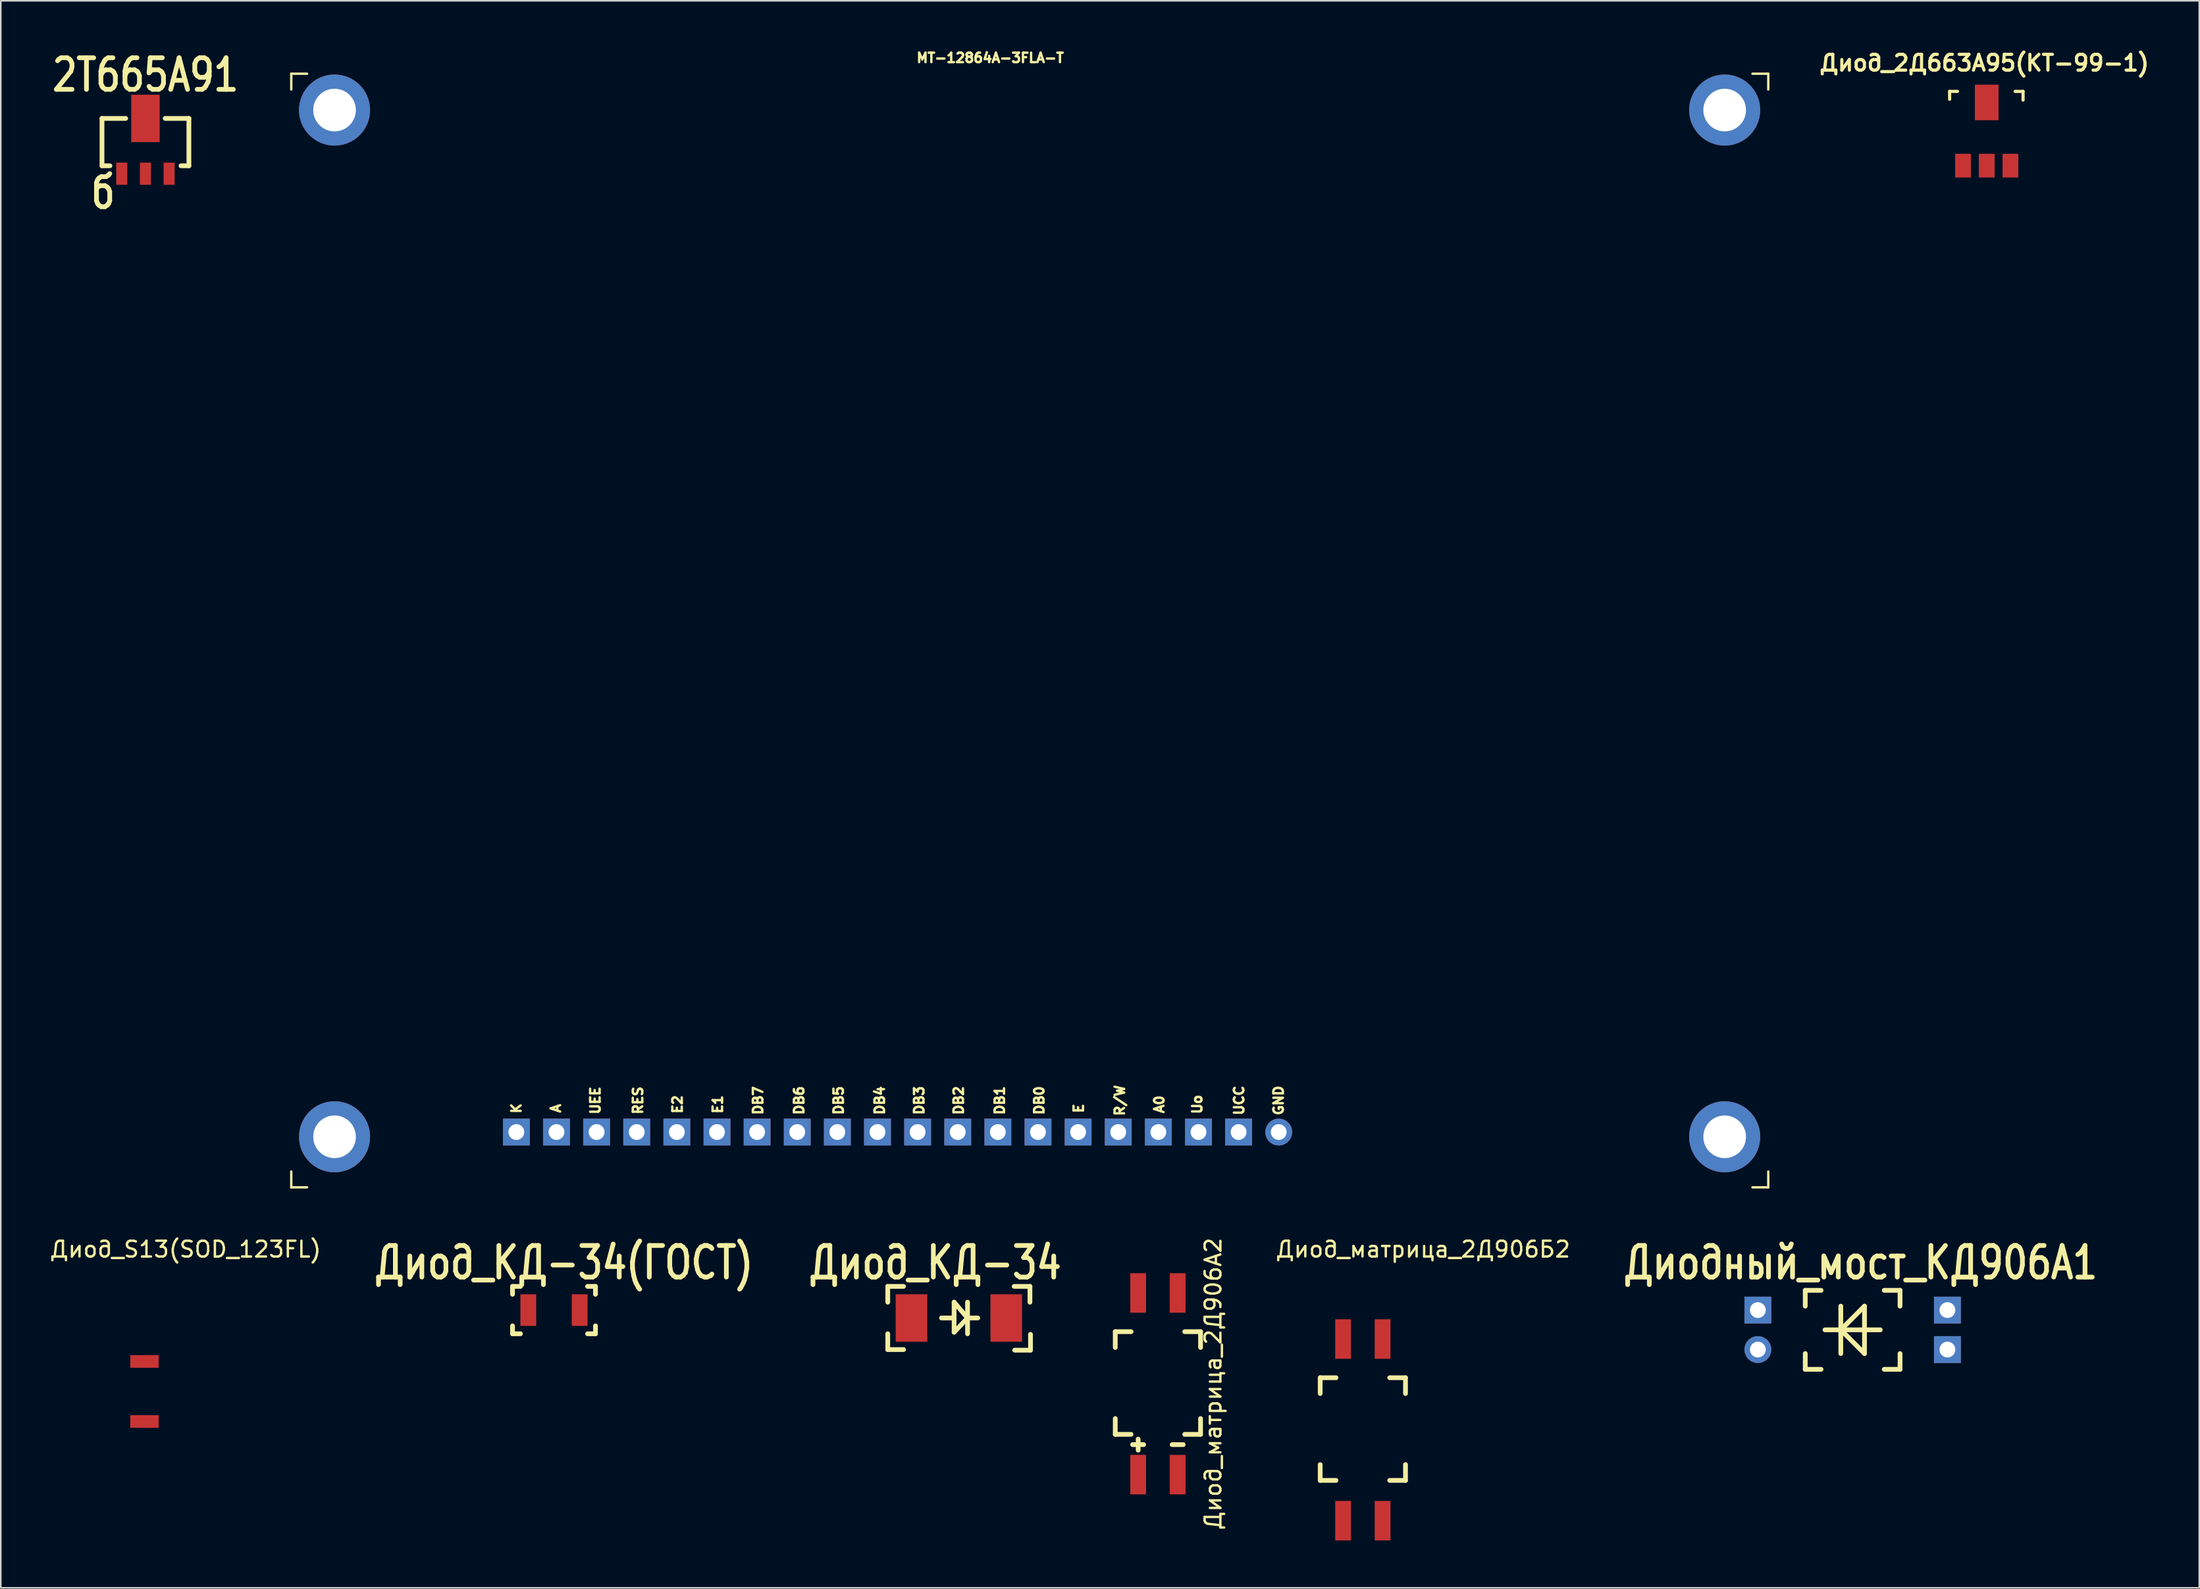
<source format=kicad_pcb>
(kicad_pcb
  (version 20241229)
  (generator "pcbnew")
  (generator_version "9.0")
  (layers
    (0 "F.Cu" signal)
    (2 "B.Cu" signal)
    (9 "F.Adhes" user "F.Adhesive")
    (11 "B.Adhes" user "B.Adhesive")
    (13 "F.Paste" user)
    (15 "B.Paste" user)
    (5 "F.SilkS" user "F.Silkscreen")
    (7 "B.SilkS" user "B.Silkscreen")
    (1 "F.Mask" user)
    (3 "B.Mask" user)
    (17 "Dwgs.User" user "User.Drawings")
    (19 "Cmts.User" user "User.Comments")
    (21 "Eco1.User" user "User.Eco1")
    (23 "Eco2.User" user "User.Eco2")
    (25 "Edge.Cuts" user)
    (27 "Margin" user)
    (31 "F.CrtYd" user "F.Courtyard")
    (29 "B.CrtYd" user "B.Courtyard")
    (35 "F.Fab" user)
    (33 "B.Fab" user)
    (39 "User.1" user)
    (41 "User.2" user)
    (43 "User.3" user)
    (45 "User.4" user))
  (footprint "MT-12864A-3FLA-T"
    (layer "F.Cu")
    (at 29.638 68.618)
    (property "Reference" "MT-12864A-3FLA-T" (at 29.999 -68.004 0) (layer "F.SilkS") (effects (font (size 0.6 0.6) (thickness 0.15))))
    (attr through_hole)
    (fp_line (start -14.25 -67) (end -14.25 -66) (stroke (width 0.15) (type solid)) (layer "F.SilkS"))
    (fp_line (start -14.25 -67) (end -13.25 -67) (stroke (width 0.15) (type solid)) (layer "F.SilkS"))
    (fp_line (start -14.25 3.5) (end -14.25 2.5) (stroke (width 0.15) (type solid)) (layer "F.SilkS"))
    (fp_line (start -14.25 3.5) (end -13.25 3.5) (stroke (width 0.15) (type solid)) (layer "F.SilkS"))
    (fp_line (start 79.25 -67) (end 78.25 -67) (stroke (width 0.15) (type solid)) (layer "F.SilkS"))
    (fp_line (start 79.25 -67) (end 79.25 -66) (stroke (width 0.15) (type solid)) (layer "F.SilkS"))
    (fp_line (start 79.25 3.5) (end 78.25 3.5) (stroke (width 0.15) (type solid)) (layer "F.SilkS"))
    (fp_line (start 79.25 3.5) (end 79.25 2.5) (stroke (width 0.15) (type solid)) (layer "F.SilkS"))
    (fp_text user "RES" (at 7.7 -2 90) (layer "F.SilkS") (effects (font (size 0.6 0.6) (thickness 0.15))))
    (fp_text user "UCC" (at 45.75 -2 90) (layer "F.SilkS") (effects (font (size 0.6 0.6) (thickness 0.15))))
    (fp_text user "DB5" (at 20.4 -2 90) (layer "F.SilkS") (effects (font (size 0.6 0.6) (thickness 0.15))))
    (fp_text user "A" (at 2.5 -1.5 90) (layer "F.SilkS") (effects (font (size 0.6 0.6) (thickness 0.15))))
    (fp_text user "DB2" (at 28 -2 90) (layer "F.SilkS") (effects (font (size 0.6 0.6) (thickness 0.15))))
    (fp_text user "DB7" (at 15.3 -2 90) (layer "F.SilkS") (effects (font (size 0.6 0.6) (thickness 0.15))))
    (fp_text user "DB4" (at 23 -2 90) (layer "F.SilkS") (effects (font (size 0.6 0.6) (thickness 0.15))))
    (fp_text user "E" (at 35.6 -1.5 90) (layer "F.SilkS") (effects (font (size 0.6 0.6) (thickness 0.15))))
    (fp_text user "GND" (at 48.25 -2 90) (layer "F.SilkS") (effects (font (size 0.6 0.6) (thickness 0.15))))
    (fp_text user "R/W" (at 38.2 -2 90) (layer "F.SilkS") (effects (font (size 0.6 0.6) (thickness 0.15))))
    (fp_text user "Uo" (at 43.1 -1.75 90) (layer "F.SilkS") (effects (font (size 0.6 0.6) (thickness 0.15))))
    (fp_text user "E1" (at 12.75 -1.75 90) (layer "F.SilkS") (effects (font (size 0.6 0.6) (thickness 0.15))))
    (fp_text user "DB6" (at 17.9 -2 90) (layer "F.SilkS") (effects (font (size 0.6 0.6) (thickness 0.15))))
    (fp_text user "A0" (at 40.7 -1.75 90) (layer "F.SilkS") (effects (font (size 0.6 0.6) (thickness 0.15))))
    (fp_text user "UEE" (at 5 -2 90) (layer "F.SilkS") (effects (font (size 0.6 0.6) (thickness 0.15))))
    (fp_text user "DB1" (at 30.6 -2 90) (layer "F.SilkS") (effects (font (size 0.6 0.6) (thickness 0.15))))
    (fp_text user "K" (at 0 -1.5 90) (layer "F.SilkS") (effects (font (size 0.6 0.6) (thickness 0.15))))
    (fp_text user "DB0" (at 33.1 -2 90) (layer "F.SilkS") (effects (font (size 0.6 0.6) (thickness 0.15))))
    (fp_text user "DB3" (at 25.5 -2 90) (layer "F.SilkS") (effects (font (size 0.6 0.6) (thickness 0.15))))
    (fp_text user "E2" (at 10.2 -1.75 90) (layer "F.SilkS") (effects (font (size 0.6 0.6) (thickness 0.15))))
    (pad "" thru_hole circle (at -11.51 -64.7) (size 4.5 4.5) (drill 2.7) (layers "*.Cu" "*.Mask"))
    (pad "" thru_hole circle (at -11.51 0.3) (size 4.5 4.5) (drill 2.7) (layers "*.Cu" "*.Mask"))
    (pad "" thru_hole circle (at 76.49 -64.7) (size 4.5 4.5) (drill 2.7) (layers "*.Cu" "*.Mask"))
    (pad "" thru_hole circle (at 76.49 0.3) (size 4.5 4.5) (drill 2.7) (layers "*.Cu" "*.Mask"))
    (pad "1" thru_hole circle (at 48.26 0) (size 1.7 1.7) (drill 1) (layers "*.Cu" "*.Mask"))
    (pad "2" thru_hole rect (at 45.72 0) (size 1.7 1.7) (drill 1) (layers "*.Cu" "*.Mask"))
    (pad "3" thru_hole rect (at 43.18 0) (size 1.7 1.7) (drill 1) (layers "*.Cu" "*.Mask"))
    (pad "4" thru_hole rect (at 40.64 0) (size 1.7 1.7) (drill 1) (layers "*.Cu" "*.Mask"))
    (pad "5" thru_hole rect (at 38.1 0) (size 1.7 1.7) (drill 1) (layers "*.Cu" "*.Mask"))
    (pad "6" thru_hole rect (at 35.56 0) (size 1.7 1.7) (drill 1) (layers "*.Cu" "*.Mask"))
    (pad "7" thru_hole rect (at 33.02 0) (size 1.7 1.7) (drill 1) (layers "*.Cu" "*.Mask"))
    (pad "8" thru_hole rect (at 30.48 0) (size 1.7 1.7) (drill 1) (layers "*.Cu" "*.Mask"))
    (pad "9" thru_hole rect (at 27.94 0) (size 1.7 1.7) (drill 1) (layers "*.Cu" "*.Mask"))
    (pad "10" thru_hole rect (at 25.4 0) (size 1.7 1.7) (drill 1) (layers "*.Cu" "*.Mask"))
    (pad "11" thru_hole rect (at 22.86 0) (size 1.7 1.7) (drill 1) (layers "*.Cu" "*.Mask"))
    (pad "12" thru_hole rect (at 20.32 0) (size 1.7 1.7) (drill 1) (layers "*.Cu" "*.Mask"))
    (pad "13" thru_hole rect (at 17.78 0) (size 1.7 1.7) (drill 1) (layers "*.Cu" "*.Mask"))
    (pad "14" thru_hole rect (at 15.24 0) (size 1.7 1.7) (drill 1) (layers "*.Cu" "*.Mask"))
    (pad "15" thru_hole rect (at 12.7 0) (size 1.7 1.7) (drill 1) (layers "*.Cu" "*.Mask"))
    (pad "16" thru_hole rect (at 10.16 0) (size 1.7 1.7) (drill 1) (layers "*.Cu" "*.Mask"))
    (pad "17" thru_hole rect (at 7.62 0) (size 1.7 1.7) (drill 1) (layers "*.Cu" "*.Mask"))
    (pad "18" thru_hole rect (at 5.08 0) (size 1.7 1.7) (drill 1) (layers "*.Cu" "*.Mask"))
    (pad "19" thru_hole rect (at 2.54 0) (size 1.7 1.7) (drill 1) (layers "*.Cu" "*.Mask"))
    (pad "20" thru_hole rect (at 0 0) (size 1.7 1.7) (drill 1) (layers "*.Cu" "*.Mask")))
  (footprint "Диодный_мост_КД906А1"
    (layer "F.Cu")
    (at 108.229 82.389)
    (property "Reference" "Диодный_мост_КД906А1" (at 6.5 -5.5 180) (layer "F.SilkS") (effects (font (size 2 1.6) (thickness 0.3))))
    (attr through_hole)
    (fp_line (start 3 -3.75) (end 3 -2.75) (stroke (width 0.3) (type solid)) (layer "F.SilkS"))
    (fp_line (start 3 -3.75) (end 4 -3.75) (stroke (width 0.3) (type solid)) (layer "F.SilkS"))
    (fp_line (start 3 1.25) (end 3 0.25) (stroke (width 0.3) (type solid)) (layer "F.SilkS"))
    (fp_line (start 3 1.25) (end 4 1.25) (stroke (width 0.3) (type solid)) (layer "F.SilkS"))
    (fp_line (start 4.25 -1.25) (end 7.75 -1.25) (stroke (width 0.3) (type solid)) (layer "F.SilkS"))
    (fp_line (start 5.25 -2.75) (end 5.25 0.25) (stroke (width 0.3) (type solid)) (layer "F.SilkS"))
    (fp_line (start 5.25 -1.25) (end 6.75 -2.75) (stroke (width 0.3) (type solid)) (layer "F.SilkS"))
    (fp_line (start 6.75 -2.75) (end 6.75 0.25) (stroke (width 0.3) (type solid)) (layer "F.SilkS"))
    (fp_line (start 6.75 0.25) (end 5.25 -1.25) (stroke (width 0.3) (type solid)) (layer "F.SilkS"))
    (fp_line (start 9 -3.75) (end 8 -3.75) (stroke (width 0.3) (type solid)) (layer "F.SilkS"))
    (fp_line (start 9 -3.75) (end 9 -2.75) (stroke (width 0.3) (type solid)) (layer "F.SilkS"))
    (fp_line (start 9 1.25) (end 8 1.25) (stroke (width 0.3) (type solid)) (layer "F.SilkS"))
    (fp_line (start 9 1.25) (end 9 0.25) (stroke (width 0.3) (type solid)) (layer "F.SilkS"))
    (pad "1" thru_hole circle (at 0 0) (size 1.7 1.7) (drill 1) (layers "*.Cu" "*.Mask"))
    (pad "2" thru_hole rect (at 0 -2.5) (size 1.7 1.7) (drill 1) (layers "*.Cu" "*.Mask"))
    (pad "3" thru_hole trapezoid (at 12 -2.5) (size 1.7 1.7) (drill 1) (layers "*.Cu" "*.Mask"))
    (pad "4" thru_hole trapezoid (at 12 0) (size 1.7 1.7) (drill 1) (layers "*.Cu" "*.Mask")))
  (footprint "Диод_матрица_2Д906А2"
    (layer "F.Cu")
    (at 71.5 90.306)
    (property "Reference" "Диод_матрица_2Д906А2" (at 2.25 -5.75 90) (layer "F.SilkS") (effects (font (size 1 1) (thickness 0.15))))
    (attr through_hole)
    (fp_line (start -3.95 -9.05) (end -3.95 -8.05) (stroke (width 0.3) (type solid)) (layer "F.SilkS"))
    (fp_line (start -3.95 -9.05) (end -2.95 -9.05) (stroke (width 0.3) (type solid)) (layer "F.SilkS"))
    (fp_line (start -3.95 -2.55) (end -3.95 -3.55) (stroke (width 0.3) (type solid)) (layer "F.SilkS"))
    (fp_line (start -3.95 -2.55) (end -2.95 -2.55) (stroke (width 0.3) (type solid)) (layer "F.SilkS"))
    (fp_line (start -2.85 -1.9) (end -2.15 -1.9) (stroke (width 0.3) (type solid)) (layer "F.SilkS"))
    (fp_line (start -2.5 -1.9) (end -2.5 -2.25) (stroke (width 0.3) (type solid)) (layer "F.SilkS"))
    (fp_line (start -2.5 -1.9) (end -2.5 -1.55) (stroke (width 0.3) (type solid)) (layer "F.SilkS"))
    (fp_line (start -0.35 -1.9) (end 0.35 -1.9) (stroke (width 0.3) (type solid)) (layer "F.SilkS"))
    (fp_line (start 1.45 -9.05) (end 0.45 -9.05) (stroke (width 0.3) (type solid)) (layer "F.SilkS"))
    (fp_line (start 1.45 -9.05) (end 1.45 -8.05) (stroke (width 0.3) (type solid)) (layer "F.SilkS"))
    (fp_line (start 1.45 -2.55) (end 0.45 -2.55) (stroke (width 0.3) (type solid)) (layer "F.SilkS"))
    (fp_line (start 1.45 -2.55) (end 1.45 -3.55) (stroke (width 0.3) (type solid)) (layer "F.SilkS"))
    (pad "1" smd rect (at 0 0) (size 1 2.5) (layers "F.Cu" "F.Mask"))
    (pad "2" smd rect (at -2.5 0) (size 1 2.5) (layers "F.Cu" "F.Mask"))
    (pad "3" smd rect (at 0 -11.5) (size 1 2.5) (layers "F.Cu" "F.Mask"))
    (pad "4" smd rect (at -2.5 -11.5) (size 1 2.5) (layers "F.Cu" "F.Mask")))
  (footprint "Диод_КД-34"
    (layer "F.Cu")
    (at 54.649 80.389)
    (property "Reference" "Диод_КД-34" (at 1.5 -3.5 0) (layer "F.SilkS") (effects (font (size 2 1.6) (thickness 0.3))))
    (attr through_hole)
    (fp_line (start -1.5 -2) (end -1.5 -1) (stroke (width 0.3) (type solid)) (layer "F.SilkS"))
    (fp_line (start -1.5 2) (end -1.5 1) (stroke (width 0.3) (type solid)) (layer "F.SilkS"))
    (fp_line (start -1.5 2) (end -0.5 2) (stroke (width 0.3) (type solid)) (layer "F.SilkS"))
    (fp_line (start -0.5 -2) (end -1.5 -2) (stroke (width 0.3) (type solid)) (layer "F.SilkS"))
    (fp_line (start 2.7 -1) (end 3.55 0) (stroke (width 0.3) (type solid)) (layer "F.SilkS"))
    (fp_line (start 2.7 0) (end 1.9 0) (stroke (width 0.3) (type solid)) (layer "F.SilkS"))
    (fp_line (start 2.7 0.9) (end 2.7 -1) (stroke (width 0.3) (type solid)) (layer "F.SilkS"))
    (fp_line (start 3.55 -1) (end 3.55 1) (stroke (width 0.3) (type solid)) (layer "F.SilkS"))
    (fp_line (start 3.55 0) (end 2.7 0.9) (stroke (width 0.3) (type solid)) (layer "F.SilkS"))
    (fp_line (start 3.6 0) (end 4.2 0) (stroke (width 0.3) (type solid)) (layer "F.SilkS"))
    (fp_line (start 7.5 -2) (end 6.5 -2) (stroke (width 0.3) (type solid)) (layer "F.SilkS"))
    (fp_line (start 7.5 -2) (end 7.5 -1) (stroke (width 0.3) (type solid)) (layer "F.SilkS"))
    (fp_line (start 7.535 2.038) (end 6.535 2.038) (stroke (width 0.3) (type solid)) (layer "F.SilkS"))
    (fp_line (start 7.535 2.038) (end 7.535 1.038) (stroke (width 0.3) (type solid)) (layer "F.SilkS"))
    (pad "1" smd rect (at 0 0) (size 2 3) (layers "F.Cu" "F.Mask" "F.Paste"))
    (pad "2" smd rect (at 6 0) (size 2 3) (layers "F.Cu" "F.Mask" "F.Paste")))
  (footprint "2T665A91"
    (layer "F.Cu")
    (at 4.657 7.447)
    (property "Reference" "2T665A91" (at 1.5 -5.75 180) (layer "F.SilkS") (effects (font (size 2 1.6) (thickness 0.3))))
    (attr through_hole)
    (fp_line (start -1.25 -3) (end 0.25 -3) (stroke (width 0.3) (type solid)) (layer "F.SilkS"))
    (fp_line (start -1.25 0) (end -1.25 -3) (stroke (width 0.3) (type solid)) (layer "F.SilkS"))
    (fp_line (start -1.25 0) (end -0.75 0) (stroke (width 0.3) (type solid)) (layer "F.SilkS"))
    (fp_line (start 4.25 -3) (end 2.75 -3) (stroke (width 0.3) (type solid)) (layer "F.SilkS"))
    (fp_line (start 4.25 0) (end 3.75 0) (stroke (width 0.3) (type solid)) (layer "F.SilkS"))
    (fp_line (start 4.25 0) (end 4.25 -3) (stroke (width 0.3) (type solid)) (layer "F.SilkS"))
    (fp_text user "б" (at -1.18 1.68 0) (layer "F.SilkS") (effects (font (size 2 1.6) (thickness 0.3))))
    (pad "1" smd rect (at 0 0.5) (size 0.7 1.4) (layers "F.Cu" "F.Mask" "F.Paste"))
    (pad "2" smd rect (at 3 0.5) (size 0.7 1.4) (layers "F.Cu" "F.Mask" "F.Paste"))
    (pad "3" smd rect (at 1.5 -3) (size 1.8 3) (layers "F.Cu" "F.Mask" "F.Paste"))
    (pad "3" smd rect (at 1.5 0.5) (size 0.7 1.4) (layers "F.Cu" "F.Mask" "F.Paste")))
  (footprint "Диод_S13(SOD_123FL)"
    (layer "F.Cu")
    (at 6.096 83.141)
    (property "Reference" "Диод_S13(SOD_123FL)" (at 2.6 -7.1 0) (layer "F.SilkS") (effects (font (size 1 1) (thickness 0.15))))
    (attr through_hole)
    (pad "1" connect rect (at 0 0) (size 1.8 0.8) (layers "F.Cu" "F.Mask"))
    (pad "2" connect rect (at 0 3.8) (size 1.8 0.8) (layers "F.Cu" "F.Mask")))
  (footprint "Диод_2Д663А95(КТ-99-1)"
    (layer "F.Cu")
    (at 122.718 3.686)
    (property "Reference" "Диод_2Д663А95(КТ-99-1)" (at -0.15 -2.75 0) (layer "F.SilkS") (effects (font (size 1 1) (thickness 0.2))))
    (attr through_hole)
    (fp_line (start -2.35 -0.95) (end -2.35 -0.45) (stroke (width 0.2) (type solid)) (layer "F.SilkS"))
    (fp_line (start -2.35 -0.95) (end -1.85 -0.95) (stroke (width 0.2) (type solid)) (layer "F.SilkS"))
    (fp_line (start 2.3 -0.95) (end 1.8 -0.95) (stroke (width 0.2) (type solid)) (layer "F.SilkS"))
    (fp_line (start 2.3 -0.95) (end 2.3 -0.4) (stroke (width 0.2) (type solid)) (layer "F.SilkS"))
    (pad "1" smd rect (at -1.5 3.75) (size 1 1.5) (layers "F.Cu" "F.Mask" "F.Paste"))
    (pad "1" smd rect (at 1.5 3.75) (size 1 1.5) (layers "F.Cu" "F.Mask" "F.Paste"))
    (pad "2" smd rect (at 0 -0.25) (size 1.5 2.25) (layers "F.Cu" "F.Mask" "F.Paste"))
    (pad "2" smd rect (at 0 3.75) (size 1 1.5) (layers "F.Cu" "F.Mask" "F.Paste")))
  (footprint "Диод_КД-34(ГОСТ)"
    (layer "F.Cu")
    (at 30.395 79.889)
    (property "Reference" "Диод_КД-34(ГОСТ)" (at 2.25 -3 0) (layer "F.SilkS") (effects (font (size 2 1.6) (thickness 0.3))))
    (attr through_hole)
    (fp_line (start -1 -1.5) (end -1 -1) (stroke (width 0.3) (type solid)) (layer "F.SilkS"))
    (fp_line (start -1 1.5) (end -1 1) (stroke (width 0.3) (type solid)) (layer "F.SilkS"))
    (fp_line (start -1 1.5) (end -0.5 1.5) (stroke (width 0.3) (type solid)) (layer "F.SilkS"))
    (fp_line (start -0.5 -1.5) (end -1 -1.5) (stroke (width 0.3) (type solid)) (layer "F.SilkS"))
    (fp_line (start 4.25 -1.5) (end 3.75 -1.5) (stroke (width 0.3) (type solid)) (layer "F.SilkS"))
    (fp_line (start 4.25 -1.5) (end 4.25 -1) (stroke (width 0.3) (type solid)) (layer "F.SilkS"))
    (fp_line (start 4.25 1.5) (end 3.75 1.5) (stroke (width 0.3) (type solid)) (layer "F.SilkS"))
    (fp_line (start 4.25 1.5) (end 4.25 1) (stroke (width 0.3) (type solid)) (layer "F.SilkS"))
    (pad "1" smd rect (at 0 0) (size 1 2) (layers "F.Cu" "F.Mask" "F.Paste"))
    (pad "2" smd rect (at 3.25 0) (size 1 2) (layers "F.Cu" "F.Mask" "F.Paste")))
  (footprint "Диод_матрица_2Д906Б2"
    (layer "F.Cu")
    (at 83.223 87.471)
    (property "Reference" "Диод_матрица_2Д906Б2" (at 3.81 -11.43 0) (layer "F.SilkS") (effects (font (size 1 1) (thickness 0.15))))
    (attr through_hole)
    (fp_line (start -2.7 -3.3) (end -2.7 -2.3) (stroke (width 0.3) (type solid)) (layer "F.SilkS"))
    (fp_line (start -2.7 -3.3) (end -1.7 -3.3) (stroke (width 0.3) (type solid)) (layer "F.SilkS"))
    (fp_line (start -2.7 3.2) (end -2.7 2.2) (stroke (width 0.3) (type solid)) (layer "F.SilkS"))
    (fp_line (start -2.7 3.2) (end -1.7 3.2) (stroke (width 0.3) (type solid)) (layer "F.SilkS"))
    (fp_line (start 2.7 -3.3) (end 1.7 -3.3) (stroke (width 0.3) (type solid)) (layer "F.SilkS"))
    (fp_line (start 2.7 -3.3) (end 2.7 -2.3) (stroke (width 0.3) (type solid)) (layer "F.SilkS"))
    (fp_line (start 2.7 3.2) (end 1.7 3.2) (stroke (width 0.3) (type solid)) (layer "F.SilkS"))
    (fp_line (start 2.7 3.2) (end 2.7 2.2) (stroke (width 0.3) (type solid)) (layer "F.SilkS"))
    (pad "1" smd rect (at -1.25 5.75) (size 1 2.5) (layers "F.Cu" "F.Mask"))
    (pad "2" smd rect (at 1.25 5.75) (size 1 2.5) (layers "F.Cu" "F.Mask"))
    (pad "3" smd rect (at 1.25 -5.75) (size 1 2.5) (layers "F.Cu" "F.Mask"))
    (pad "4" smd rect (at -1.25 -5.75) (size 1 2.5) (layers "F.Cu" "F.Mask")))
  (gr_rect
    (start -3 -3)
    (end 136.173 97.471)
    (stroke (width 0.1) (type default))
    (fill no)
    (layer "Edge.Cuts")))
</source>
